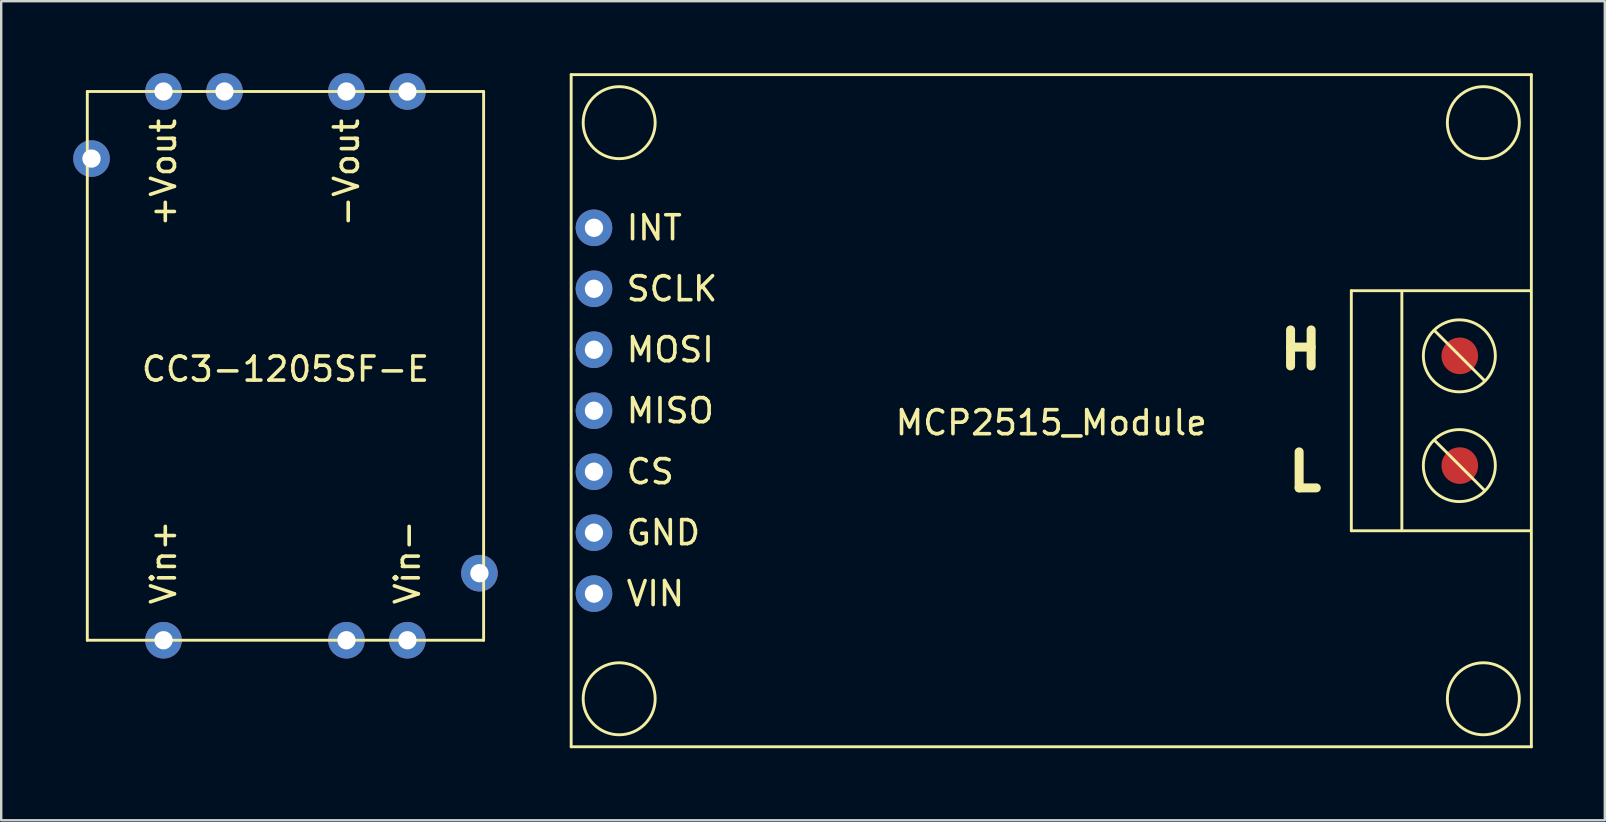
<source format=kicad_pcb>
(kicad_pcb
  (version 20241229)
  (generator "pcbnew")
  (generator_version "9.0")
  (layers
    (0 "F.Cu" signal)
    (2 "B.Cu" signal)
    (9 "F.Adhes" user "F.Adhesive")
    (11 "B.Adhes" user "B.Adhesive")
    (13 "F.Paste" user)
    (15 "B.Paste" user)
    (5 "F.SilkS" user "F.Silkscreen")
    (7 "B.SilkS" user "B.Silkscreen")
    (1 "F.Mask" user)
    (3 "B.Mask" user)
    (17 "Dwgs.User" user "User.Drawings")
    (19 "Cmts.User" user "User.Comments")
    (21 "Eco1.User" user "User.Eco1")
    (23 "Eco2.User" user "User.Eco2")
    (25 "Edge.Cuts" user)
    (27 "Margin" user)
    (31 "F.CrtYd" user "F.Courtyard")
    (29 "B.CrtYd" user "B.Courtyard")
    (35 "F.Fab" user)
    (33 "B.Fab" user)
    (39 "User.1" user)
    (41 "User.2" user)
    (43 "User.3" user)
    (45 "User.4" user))
  (footprint "MCP2515_Module"
    (layer "F.Cu")
    (at 40.744 14.06)
    (property "Reference" "MCP2515_Module" (at 0 0.5 0) (layer "F.SilkS") (effects (font (size 1 1) (thickness 0.15))))
    (attr through_hole)
    (fp_line (start -20 -14) (end -20 14) (stroke (width 0.12) (type solid)) (layer "F.SilkS"))
    (fp_line (start -20 -14) (end 20 -14) (stroke (width 0.12) (type solid)) (layer "F.SilkS"))
    (fp_line (start 12.5 -5) (end 12.5 5) (stroke (width 0.12) (type solid)) (layer "F.SilkS"))
    (fp_line (start 12.5 -5) (end 19.939 -5) (stroke (width 0.12) (type solid)) (layer "F.SilkS"))
    (fp_line (start 12.5 5) (end 19.939 5) (stroke (width 0.12) (type solid)) (layer "F.SilkS"))
    (fp_line (start 14.605 -4.953) (end 14.605 4.953) (stroke (width 0.12) (type solid)) (layer "F.SilkS"))
    (fp_line (start 16.002 -3.302) (end 18.034 -1.27) (stroke (width 0.12) (type solid)) (layer "F.SilkS"))
    (fp_line (start 16.002 1.27) (end 18.034 3.302) (stroke (width 0.12) (type solid)) (layer "F.SilkS"))
    (fp_line (start 20 14) (end -20 14) (stroke (width 0.12) (type solid)) (layer "F.SilkS"))
    (fp_line (start 20 14) (end 20 -14) (stroke (width 0.12) (type solid)) (layer "F.SilkS"))
    (fp_circle (center -18 -12) (end -16.5 -12) (stroke (width 0.12) (type solid)) (fill no) (layer "F.SilkS"))
    (fp_circle (center -18 12) (end -16.5 12) (stroke (width 0.12) (type solid)) (fill no) (layer "F.SilkS"))
    (fp_circle (center 17 -2.286) (end 18.5 -2.286) (stroke (width 0.12) (type solid)) (fill no) (layer "F.SilkS"))
    (fp_circle (center 17 2.286) (end 18.5 2.286) (stroke (width 0.12) (type solid)) (fill no) (layer "F.SilkS"))
    (fp_circle (center 18 -12) (end 19.5 -12) (stroke (width 0.12) (type solid)) (fill no) (layer "F.SilkS"))
    (fp_circle (center 18 12) (end 19.5 12) (stroke (width 0.12) (type solid)) (fill no) (layer "F.SilkS"))
    (fp_text user "INT" (at -17.78 -7.62 0) (layer "F.SilkS") (effects (font (size 1 1) (thickness 0.15)) (justify left)))
    (fp_text user "MISO" (at -17.78 0 0) (layer "F.SilkS") (effects (font (size 1 1) (thickness 0.15)) (justify left)))
    (fp_text user "L" (at 11.43 2.54 0) (layer "F.SilkS") (effects (font (size 1.5 1.5) (thickness 0.375)) (justify right)))
    (fp_text user "H" (at 11.43 -2.54 0) (layer "F.SilkS") (effects (font (size 1.5 1.5) (thickness 0.375)) (justify right)))
    (fp_text user "CS" (at -17.78 2.54 0) (layer "F.SilkS") (effects (font (size 1 1) (thickness 0.15)) (justify left)))
    (fp_text user "GND" (at -17.78 5.08 0) (layer "F.SilkS") (effects (font (size 1 1) (thickness 0.15)) (justify left)))
    (fp_text user "VIN" (at -17.78 7.62 0) (layer "F.SilkS") (effects (font (size 1 1) (thickness 0.15)) (justify left)))
    (fp_text user "SCLK" (at -17.78 -5.08 0) (layer "F.SilkS") (effects (font (size 1 1) (thickness 0.15)) (justify left)))
    (fp_text user "MOSI" (at -17.78 -2.54 0) (layer "F.SilkS") (effects (font (size 1 1) (thickness 0.15)) (justify left)))
    (pad "CANH" connect circle (at 17.018 -2.286) (size 1.524 1.524) (layers "F.Cu" "F.Mask"))
    (pad "CANL" connect circle (at 17.018 2.286) (size 1.524 1.524) (layers "F.Cu" "F.Mask"))
    (pad "CS" thru_hole circle (at -19.05 2.54) (size 1.524 1.524) (drill 0.762) (layers "*.Cu" "*.Mask"))
    (pad "GND" thru_hole circle (at -19.05 5.08) (size 1.524 1.524) (drill 0.762) (layers "*.Cu" "*.Mask"))
    (pad "INT" thru_hole circle (at -19.05 -7.62) (size 1.524 1.524) (drill 0.762) (layers "*.Cu" "*.Mask"))
    (pad "MISO" thru_hole circle (at -19.05 0) (size 1.524 1.524) (drill 0.762) (layers "*.Cu" "*.Mask"))
    (pad "MOSI" thru_hole circle (at -19.05 -2.54) (size 1.524 1.524) (drill 0.762) (layers "*.Cu" "*.Mask"))
    (pad "SCLK" thru_hole circle (at -19.05 -5.08) (size 1.524 1.524) (drill 0.762) (layers "*.Cu" "*.Mask"))
    (pad "VIN" thru_hole circle (at -19.05 7.62) (size 1.524 1.524) (drill 0.762) (layers "*.Cu" "*.Mask")))
  (footprint "CC3-1205SF-E"
    (layer "F.Cu")
    (at 8.842 12.192)
    (property "Reference" "CC3-1205SF-E" (at 0 0.135 180) (layer "F.SilkS") (effects (font (size 1 1) (thickness 0.15))))
    (attr through_hole)
    (fp_line (start -8.255 11.43) (end -8.255 -11.43) (stroke (width 0.12) (type solid)) (layer "F.SilkS"))
    (fp_line (start 8.255 -11.43) (end -8.255 -11.43) (stroke (width 0.12) (type solid)) (layer "F.SilkS"))
    (fp_line (start 8.255 11.43) (end -8.255 11.43) (stroke (width 0.12) (type solid)) (layer "F.SilkS"))
    (fp_line (start 8.255 11.43) (end 8.255 -11.43) (stroke (width 0.12) (type solid)) (layer "F.SilkS"))
    (fp_text user "-Vout" (at 2.54 -5.715 270) (layer "F.SilkS") (effects (font (size 1 1) (thickness 0.15)) (justify left)))
    (fp_text user "Vin+" (at -5.08 6.35 270) (layer "F.SilkS") (effects (font (size 1 1) (thickness 0.15)) (justify right)))
    (fp_text user "Vin-" (at 5.08 6.35 270) (layer "F.SilkS") (effects (font (size 1 1) (thickness 0.15)) (justify right)))
    (fp_text user "+Vout" (at -5.08 -5.715 90) (layer "F.SilkS") (effects (font (size 1 1) (thickness 0.15)) (justify left)))
    (pad "" thru_hole circle (at -8.08 -8.636) (size 1.524 1.524) (drill 0.762) (layers "*.Cu" "*.Mask"))
    (pad "" thru_hole circle (at 8.08 8.636) (size 1.524 1.524) (drill 0.762) (layers "*.Cu" "*.Mask"))
    (pad "1" thru_hole circle (at -5.08 11.43 180) (size 1.524 1.524) (drill 0.762) (layers "*.Cu" "*.Mask"))
    (pad "2" thru_hole circle (at 2.54 11.43 180) (size 1.524 1.524) (drill 0.762) (layers "*.Cu" "*.Mask"))
    (pad "3" thru_hole circle (at 5.08 11.43 180) (size 1.524 1.524) (drill 0.762) (layers "*.Cu" "*.Mask"))
    (pad "4" thru_hole circle (at 5.08 -11.43 180) (size 1.524 1.524) (drill 0.762) (layers "*.Cu" "*.Mask"))
    (pad "5" thru_hole circle (at 2.54 -11.43 180) (size 1.524 1.524) (drill 0.762) (layers "*.Cu" "*.Mask"))
    (pad "6" thru_hole circle (at -2.54 -11.43 180) (size 1.524 1.524) (drill 0.762) (layers "*.Cu" "*.Mask"))
    (pad "7" thru_hole circle (at -5.08 -11.43 180) (size 1.524 1.524) (drill 0.762) (layers "*.Cu" "*.Mask")))
  (gr_rect
    (start -3 -3)
    (end 63.804 31.12)
    (stroke (width 0.1) (type default))
    (fill no)
    (layer "Edge.Cuts")))
</source>
